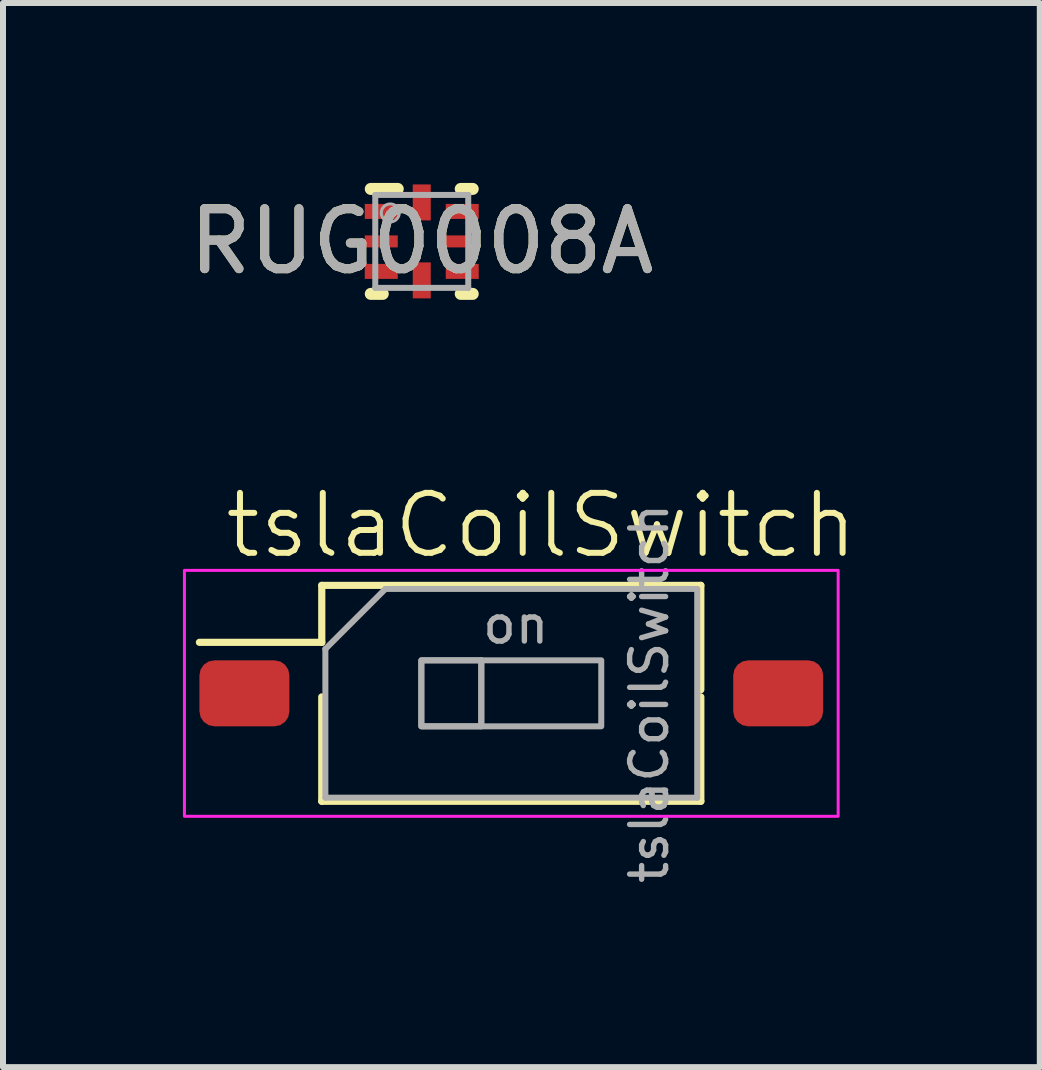
<source format=kicad_pcb>
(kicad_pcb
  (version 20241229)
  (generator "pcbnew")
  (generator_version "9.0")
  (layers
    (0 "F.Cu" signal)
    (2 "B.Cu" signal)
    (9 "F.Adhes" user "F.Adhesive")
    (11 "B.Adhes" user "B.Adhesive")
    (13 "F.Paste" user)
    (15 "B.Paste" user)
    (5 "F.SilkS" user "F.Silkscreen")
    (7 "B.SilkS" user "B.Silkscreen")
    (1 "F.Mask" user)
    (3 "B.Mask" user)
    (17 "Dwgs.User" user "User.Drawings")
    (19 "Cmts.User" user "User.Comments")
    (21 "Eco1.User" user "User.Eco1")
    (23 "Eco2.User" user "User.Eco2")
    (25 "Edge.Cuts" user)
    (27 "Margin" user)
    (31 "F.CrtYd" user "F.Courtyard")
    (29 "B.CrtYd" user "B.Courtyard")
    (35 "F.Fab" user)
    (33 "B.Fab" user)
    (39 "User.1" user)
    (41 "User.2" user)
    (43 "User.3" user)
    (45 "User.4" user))
  (footprint "RUG0008A"
    (layer "F.Cu")
    (at 3.982 0.975)
    (property "Reference" "RUG0008A" (at 0 0 0) (unlocked yes) (layer "F.SilkS") (effects (font (size 1 1) (thickness 0.15))))
    (attr smd)
    (fp_line (start -0.85 -0.875) (end -0.4 -0.875) (stroke (width 0.2) (type solid)) (layer "F.SilkS"))
    (fp_line (start -0.85 0.875) (end -0.65 0.875) (stroke (width 0.2) (type solid)) (layer "F.SilkS"))
    (fp_line (start 0.65 -0.875) (end 0.85 -0.875) (stroke (width 0.2) (type solid)) (layer "F.SilkS"))
    (fp_line (start 0.65 0.875) (end 0.85 0.875) (stroke (width 0.2) (type solid)) (layer "F.SilkS"))
    (fp_line (start -0.775 -0.775) (end 0.775 -0.775) (stroke (width 0.1) (type solid)) (layer "F.Fab"))
    (fp_line (start -0.775 0.775) (end -0.775 -0.775) (stroke (width 0.1) (type solid)) (layer "F.Fab"))
    (fp_line (start -0.775 0.775) (end 0.775 0.775) (stroke (width 0.1) (type solid)) (layer "F.Fab"))
    (fp_line (start 0.775 0.775) (end 0.775 -0.775) (stroke (width 0.1) (type solid)) (layer "F.Fab"))
    (fp_circle (center -0.525 -0.475) (end -0.375 -0.475) (stroke (width 0.05) (type solid)) (fill no) (layer "F.Fab"))
    (fp_text user "${REFERENCE}" (at 0 0 0) (unlocked yes) (layer "F.Fab") (effects (font (size 1 1) (thickness 0.15))))
    (pad "1" smd rect (at -0.675 -0.5 90) (size 0.25 0.55) (layers "F.Cu" "F.Mask" "F.Paste"))
    (pad "2" smd rect (at -0.675 0.000081 90) (size 0.2 0.55) (layers "F.Cu" "F.Mask" "F.Paste"))
    (pad "3" smd rect (at -0.675 0.5 90) (size 0.25 0.55) (layers "F.Cu" "F.Mask" "F.Paste"))
    (pad "4" smd rect (at 0 0.65) (size 0.3 0.6) (layers "F.Cu" "F.Mask" "F.Paste"))
    (pad "5" smd rect (at 0.675 0.5 90) (size 0.25 0.55) (layers "F.Cu" "F.Mask" "F.Paste"))
    (pad "6" smd rect (at 0.675 0.000081 90) (size 0.2 0.55) (layers "F.Cu" "F.Mask" "F.Paste"))
    (pad "7" smd rect (at 0.675 -0.5 90) (size 0.25 0.55) (layers "F.Cu" "F.Mask" "F.Paste"))
    (pad "8" smd rect (at 0 -0.65) (size 0.3 0.6) (layers "F.Cu" "F.Mask" "F.Paste")))
  (footprint "tslaCoilSwitch"
    (layer "F.Cu")
    (at 5.475 7.96)
    (property "Reference" "tslaCoilSwitch" (at 0.5 -2.25 0) (unlocked yes) (layer "F.SilkS") (effects (font (size 1 1) (thickness 0.1))))
    (attr smd)
    (fp_line (start -5.2 -0.3) (end -3.16 -0.3) (stroke (width 0.12) (type solid)) (layer "F.SilkS"))
    (fp_line (start -3.16 -1.25) (end -3.16 -0.3) (stroke (width 0.12) (type solid)) (layer "F.SilkS"))
    (fp_line (start -3.16 -1.25) (end 3.16 -1.25) (stroke (width 0.12) (type solid)) (layer "F.SilkS"))
    (fp_line (start -3.16 2.35) (end -3.16 0.61) (stroke (width 0.12) (type solid)) (layer "F.SilkS"))
    (fp_line (start -3.16 2.35) (end 3.16 2.35) (stroke (width 0.12) (type solid)) (layer "F.SilkS"))
    (fp_line (start 3.16 -1.25) (end 3.16 0.49) (stroke (width 0.12) (type solid)) (layer "F.SilkS"))
    (fp_line (start 3.16 2.35) (end 3.16 0.61) (stroke (width 0.12) (type solid)) (layer "F.SilkS"))
    (fp_rect (start -5.45 -1.5) (end 5.45 2.6) (stroke (width 0.05) (type solid)) (fill no) (layer "F.CrtYd"))
    (fp_line (start -3.1 -0.19) (end -2.1 -1.19) (stroke (width 0.1) (type solid)) (layer "F.Fab"))
    (fp_line (start -3.1 2.29) (end -3.1 -0.19) (stroke (width 0.1) (type solid)) (layer "F.Fab"))
    (fp_line (start -2.1 -1.19) (end 3.1 -1.19) (stroke (width 0.1) (type solid)) (layer "F.Fab"))
    (fp_line (start -0.5 0) (end -0.5 1.1) (stroke (width 0.1) (type solid)) (layer "F.Fab"))
    (fp_line (start 3.1 -1.19) (end 3.1 2.29) (stroke (width 0.1) (type solid)) (layer "F.Fab"))
    (fp_line (start 3.1 2.29) (end -3.1 2.29) (stroke (width 0.1) (type solid)) (layer "F.Fab"))
    (fp_rect (start -1.5 0) (end -0.5 1.1) (stroke (width 0.1) (type solid)) (fill no) (layer "F.Fab"))
    (fp_rect (start -1.5 0) (end 1.5 1.1) (stroke (width 0.1) (type solid)) (fill no) (layer "F.Fab"))
    (fp_text user "on" (at 0.075 -0.595 180) (layer "F.Fab") (effects (font (size 0.6 0.6) (thickness 0.09))))
    (fp_text user "${REFERENCE}" (at 2.3 0.55 90) (layer "F.Fab") (effects (font (size 0.6 0.6) (thickness 0.09))))
    (pad "1" smd roundrect (at -4.45 0.55) (size 1.5 1.1) (layers "F.Cu" "F.Mask" "F.Paste") (roundrect_rratio 0.227))
    (pad "2" smd roundrect (at 4.45 0.55) (size 1.5 1.1) (layers "F.Cu" "F.Mask" "F.Paste") (roundrect_rratio 0.227)))
  (gr_rect
    (start -3 -3)
    (end 14.287 14.743)
    (stroke (width 0.1) (type default))
    (fill no)
    (layer "Edge.Cuts")))
</source>
